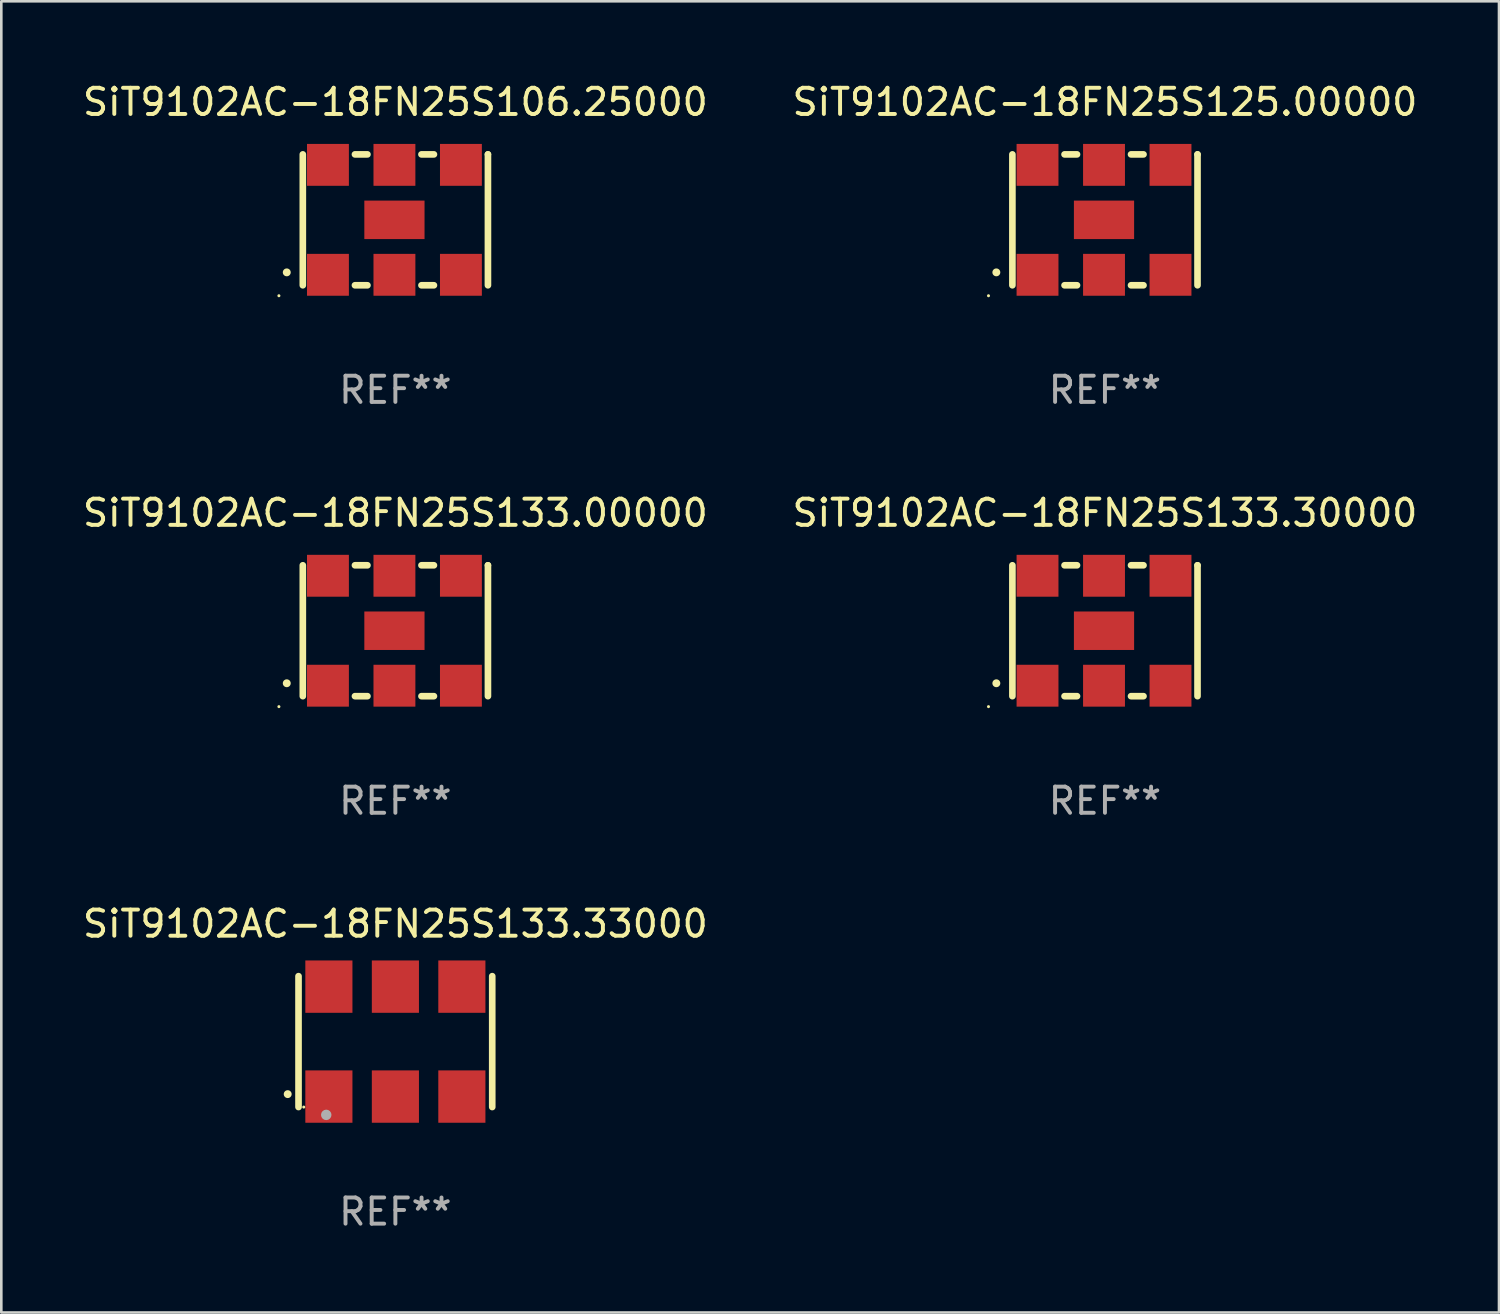
<source format=kicad_pcb>
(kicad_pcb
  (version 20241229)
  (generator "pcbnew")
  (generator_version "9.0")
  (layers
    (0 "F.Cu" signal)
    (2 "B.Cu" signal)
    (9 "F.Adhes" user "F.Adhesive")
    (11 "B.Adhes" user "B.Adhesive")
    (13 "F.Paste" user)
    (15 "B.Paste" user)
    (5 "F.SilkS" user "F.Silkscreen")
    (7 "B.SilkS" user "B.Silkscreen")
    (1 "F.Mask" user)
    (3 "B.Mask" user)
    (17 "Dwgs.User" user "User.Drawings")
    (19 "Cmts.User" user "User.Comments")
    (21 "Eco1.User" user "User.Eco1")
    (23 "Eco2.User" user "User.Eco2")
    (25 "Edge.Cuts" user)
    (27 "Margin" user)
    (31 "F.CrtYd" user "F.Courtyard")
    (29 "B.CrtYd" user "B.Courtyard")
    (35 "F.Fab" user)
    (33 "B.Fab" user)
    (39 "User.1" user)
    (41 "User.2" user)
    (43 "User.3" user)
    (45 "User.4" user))
  (footprint "SiT9102AC-18FN25S133.00000"
    (layer "F.Cu")
    (at 12.054 21.045)
    (property "Reference" "SiT9102AC-18FN25S133.00000" (at 0 -4.5 0) (layer "F.SilkS") (effects (font (size 1 1) (thickness 0.15))))
    (attr through_hole)
    (fp_line (start -3.536 -2.5) (end -3.536 2.5) (stroke (width 0.254) (type solid)) (layer "F.SilkS"))
    (fp_line (start -1.544 2.5) (end -1.067 2.5) (stroke (width 0.254) (type solid)) (layer "F.SilkS"))
    (fp_line (start -1.067 -2.5) (end -1.544 -2.5) (stroke (width 0.254) (type solid)) (layer "F.SilkS"))
    (fp_line (start 0.996 2.5) (end 1.473 2.5) (stroke (width 0.254) (type solid)) (layer "F.SilkS"))
    (fp_line (start 1.473 -2.5) (end 0.996 -2.5) (stroke (width 0.254) (type solid)) (layer "F.SilkS"))
    (fp_line (start 3.536 -2.5) (end 3.536 -2.5) (stroke (width 0.254) (type solid)) (layer "F.SilkS"))
    (fp_line (start 3.536 2.5) (end 3.536 -2.5) (stroke (width 0.254) (type solid)) (layer "F.SilkS"))
    (fp_arc (start -4.150432 2.006604) (mid -4.149162 2.006599) (end -4.147892 2.006604) (stroke (width 0.3) (type solid)) (layer "F.SilkS"))
    (fp_circle (center -4.449 2.9) (end -4.419 2.9) (stroke (width 0.06) (type solid)) (fill no) (layer "F.SilkS"))
    (fp_text user "REF**" (at 0 6.5 0) (layer "F.Fab") (effects (font (size 1 1) (thickness 0.15))))
    (pad "1" smd rect (at -2.576 2.1) (size 1.6 1.6) (layers "F.Cu" "F.Mask" "F.Paste"))
    (pad "2" smd rect (at -0.036 2.1) (size 1.6 1.6) (layers "F.Cu" "F.Mask" "F.Paste"))
    (pad "3" smd rect (at 2.504 2.1) (size 1.6 1.6) (layers "F.Cu" "F.Mask" "F.Paste"))
    (pad "4" smd rect (at 2.504 -2.1) (size 1.6 1.6) (layers "F.Cu" "F.Mask" "F.Paste"))
    (pad "5" smd rect (at -0.036 -2.1) (size 1.6 1.6) (layers "F.Cu" "F.Mask" "F.Paste"))
    (pad "6" smd rect (at -2.576 -2.1) (size 1.6 1.6) (layers "F.Cu" "F.Mask" "F.Paste"))
    (pad "7" smd rect (at -0.036 0) (size 2.3 1.47) (layers "F.Cu" "F.Mask" "F.Paste")))
  (footprint "SiT9102AC-18FN25S133.30000"
    (layer "F.Cu")
    (at 39.161 21.045)
    (property "Reference" "SiT9102AC-18FN25S133.30000" (at 0 -4.5 0) (layer "F.SilkS") (effects (font (size 1 1) (thickness 0.15))))
    (attr through_hole)
    (fp_line (start -3.536 -2.5) (end -3.536 2.5) (stroke (width 0.254) (type solid)) (layer "F.SilkS"))
    (fp_line (start -1.544 2.5) (end -1.067 2.5) (stroke (width 0.254) (type solid)) (layer "F.SilkS"))
    (fp_line (start -1.067 -2.5) (end -1.544 -2.5) (stroke (width 0.254) (type solid)) (layer "F.SilkS"))
    (fp_line (start 0.996 2.5) (end 1.473 2.5) (stroke (width 0.254) (type solid)) (layer "F.SilkS"))
    (fp_line (start 1.473 -2.5) (end 0.996 -2.5) (stroke (width 0.254) (type solid)) (layer "F.SilkS"))
    (fp_line (start 3.536 -2.5) (end 3.536 -2.5) (stroke (width 0.254) (type solid)) (layer "F.SilkS"))
    (fp_line (start 3.536 2.5) (end 3.536 -2.5) (stroke (width 0.254) (type solid)) (layer "F.SilkS"))
    (fp_arc (start -4.150432 2.006604) (mid -4.149162 2.006599) (end -4.147892 2.006604) (stroke (width 0.3) (type solid)) (layer "F.SilkS"))
    (fp_circle (center -4.449 2.9) (end -4.419 2.9) (stroke (width 0.06) (type solid)) (fill no) (layer "F.SilkS"))
    (fp_text user "REF**" (at 0 6.5 0) (layer "F.Fab") (effects (font (size 1 1) (thickness 0.15))))
    (pad "1" smd rect (at -2.576 2.1) (size 1.6 1.6) (layers "F.Cu" "F.Mask" "F.Paste"))
    (pad "2" smd rect (at -0.036 2.1) (size 1.6 1.6) (layers "F.Cu" "F.Mask" "F.Paste"))
    (pad "3" smd rect (at 2.504 2.1) (size 1.6 1.6) (layers "F.Cu" "F.Mask" "F.Paste"))
    (pad "4" smd rect (at 2.504 -2.1) (size 1.6 1.6) (layers "F.Cu" "F.Mask" "F.Paste"))
    (pad "5" smd rect (at -0.036 -2.1) (size 1.6 1.6) (layers "F.Cu" "F.Mask" "F.Paste"))
    (pad "6" smd rect (at -2.576 -2.1) (size 1.6 1.6) (layers "F.Cu" "F.Mask" "F.Paste"))
    (pad "7" smd rect (at -0.036 0) (size 2.3 1.47) (layers "F.Cu" "F.Mask" "F.Paste")))
  (footprint "SiT9102AC-18FN25S106.25000"
    (layer "F.Cu")
    (at 12.054 5.348)
    (property "Reference" "SiT9102AC-18FN25S106.25000" (at 0 -4.5 0) (layer "F.SilkS") (effects (font (size 1 1) (thickness 0.15))))
    (attr through_hole)
    (fp_line (start -3.536 -2.5) (end -3.536 2.5) (stroke (width 0.254) (type solid)) (layer "F.SilkS"))
    (fp_line (start -1.544 2.5) (end -1.067 2.5) (stroke (width 0.254) (type solid)) (layer "F.SilkS"))
    (fp_line (start -1.067 -2.5) (end -1.544 -2.5) (stroke (width 0.254) (type solid)) (layer "F.SilkS"))
    (fp_line (start 0.996 2.5) (end 1.473 2.5) (stroke (width 0.254) (type solid)) (layer "F.SilkS"))
    (fp_line (start 1.473 -2.5) (end 0.996 -2.5) (stroke (width 0.254) (type solid)) (layer "F.SilkS"))
    (fp_line (start 3.536 -2.5) (end 3.536 -2.5) (stroke (width 0.254) (type solid)) (layer "F.SilkS"))
    (fp_line (start 3.536 2.5) (end 3.536 -2.5) (stroke (width 0.254) (type solid)) (layer "F.SilkS"))
    (fp_arc (start -4.150432 2.006604) (mid -4.149162 2.006599) (end -4.147892 2.006604) (stroke (width 0.3) (type solid)) (layer "F.SilkS"))
    (fp_circle (center -4.449 2.9) (end -4.419 2.9) (stroke (width 0.06) (type solid)) (fill no) (layer "F.SilkS"))
    (fp_text user "REF**" (at 0 6.5 0) (layer "F.Fab") (effects (font (size 1 1) (thickness 0.15))))
    (pad "1" smd rect (at -2.576 2.1) (size 1.6 1.6) (layers "F.Cu" "F.Mask" "F.Paste"))
    (pad "2" smd rect (at -0.036 2.1) (size 1.6 1.6) (layers "F.Cu" "F.Mask" "F.Paste"))
    (pad "3" smd rect (at 2.504 2.1) (size 1.6 1.6) (layers "F.Cu" "F.Mask" "F.Paste"))
    (pad "4" smd rect (at 2.504 -2.1) (size 1.6 1.6) (layers "F.Cu" "F.Mask" "F.Paste"))
    (pad "5" smd rect (at -0.036 -2.1) (size 1.6 1.6) (layers "F.Cu" "F.Mask" "F.Paste"))
    (pad "6" smd rect (at -2.576 -2.1) (size 1.6 1.6) (layers "F.Cu" "F.Mask" "F.Paste"))
    (pad "7" smd rect (at -0.036 0) (size 2.3 1.47) (layers "F.Cu" "F.Mask" "F.Paste")))
  (footprint "SiT9102AC-18FN25S133.33000"
    (layer "F.Cu")
    (at 12.054 36.741)
    (property "Reference" "SiT9102AC-18FN25S133.33000" (at 0 -4.5 0) (layer "F.SilkS") (effects (font (size 1 1) (thickness 0.15))))
    (attr through_hole)
    (fp_line (start -3.7 -2.5) (end -3.7 2.5) (stroke (width 0.254) (type solid)) (layer "F.SilkS"))
    (fp_line (start 3.7 -2.5) (end 3.7 2.5) (stroke (width 0.254) (type solid)) (layer "F.SilkS"))
    (fp_arc (start -4.114415 2.006604) (mid -4.113145 2.006599) (end -4.111875 2.006604) (stroke (width 0.3) (type solid)) (layer "F.SilkS"))
    (fp_circle (center -3.5 2.501) (end -3.47 2.501) (stroke (width 0.06) (type solid)) (fill no) (layer "F.SilkS"))
    (fp_circle (center -2.641 2.799) (end -2.541 2.799) (stroke (width 0.2) (type solid)) (fill no) (layer "F.Fab"))
    (fp_text user "REF**" (at 0 6.5 0) (layer "F.Fab") (effects (font (size 1 1) (thickness 0.15))))
    (pad "1" smd rect (at -2.54 2.1) (size 1.8 2) (layers "F.Cu" "F.Mask" "F.Paste"))
    (pad "2" smd rect (at 0.000394 2.1) (size 1.8 2) (layers "F.Cu" "F.Mask" "F.Paste"))
    (pad "3" smd rect (at 2.54 2.1) (size 1.8 2) (layers "F.Cu" "F.Mask" "F.Paste"))
    (pad "4" smd rect (at 2.54 -2.1) (size 1.8 2) (layers "F.Cu" "F.Mask" "F.Paste"))
    (pad "5" smd rect (at 0.000394 -2.1) (size 1.8 2) (layers "F.Cu" "F.Mask" "F.Paste"))
    (pad "6" smd rect (at -2.54 -2.1) (size 1.8 2) (layers "F.Cu" "F.Mask" "F.Paste")))
  (footprint "SiT9102AC-18FN25S125.00000"
    (layer "F.Cu")
    (at 39.161 5.348)
    (property "Reference" "SiT9102AC-18FN25S125.00000" (at 0 -4.5 0) (layer "F.SilkS") (effects (font (size 1 1) (thickness 0.15))))
    (attr through_hole)
    (fp_line (start -3.536 -2.5) (end -3.536 2.5) (stroke (width 0.254) (type solid)) (layer "F.SilkS"))
    (fp_line (start -1.544 2.5) (end -1.067 2.5) (stroke (width 0.254) (type solid)) (layer "F.SilkS"))
    (fp_line (start -1.067 -2.5) (end -1.544 -2.5) (stroke (width 0.254) (type solid)) (layer "F.SilkS"))
    (fp_line (start 0.996 2.5) (end 1.473 2.5) (stroke (width 0.254) (type solid)) (layer "F.SilkS"))
    (fp_line (start 1.473 -2.5) (end 0.996 -2.5) (stroke (width 0.254) (type solid)) (layer "F.SilkS"))
    (fp_line (start 3.536 -2.5) (end 3.536 -2.5) (stroke (width 0.254) (type solid)) (layer "F.SilkS"))
    (fp_line (start 3.536 2.5) (end 3.536 -2.5) (stroke (width 0.254) (type solid)) (layer "F.SilkS"))
    (fp_arc (start -4.150432 2.006604) (mid -4.149162 2.006599) (end -4.147892 2.006604) (stroke (width 0.3) (type solid)) (layer "F.SilkS"))
    (fp_circle (center -4.449 2.9) (end -4.419 2.9) (stroke (width 0.06) (type solid)) (fill no) (layer "F.SilkS"))
    (fp_text user "REF**" (at 0 6.5 0) (layer "F.Fab") (effects (font (size 1 1) (thickness 0.15))))
    (pad "1" smd rect (at -2.576 2.1) (size 1.6 1.6) (layers "F.Cu" "F.Mask" "F.Paste"))
    (pad "2" smd rect (at -0.036 2.1) (size 1.6 1.6) (layers "F.Cu" "F.Mask" "F.Paste"))
    (pad "3" smd rect (at 2.504 2.1) (size 1.6 1.6) (layers "F.Cu" "F.Mask" "F.Paste"))
    (pad "4" smd rect (at 2.504 -2.1) (size 1.6 1.6) (layers "F.Cu" "F.Mask" "F.Paste"))
    (pad "5" smd rect (at -0.036 -2.1) (size 1.6 1.6) (layers "F.Cu" "F.Mask" "F.Paste"))
    (pad "6" smd rect (at -2.576 -2.1) (size 1.6 1.6) (layers "F.Cu" "F.Mask" "F.Paste"))
    (pad "7" smd rect (at -0.036 0) (size 2.3 1.47) (layers "F.Cu" "F.Mask" "F.Paste")))
  (gr_rect
    (start -3 -3)
    (end 54.214 47.09)
    (stroke (width 0.1) (type default))
    (fill no)
    (layer "Edge.Cuts")))
</source>
